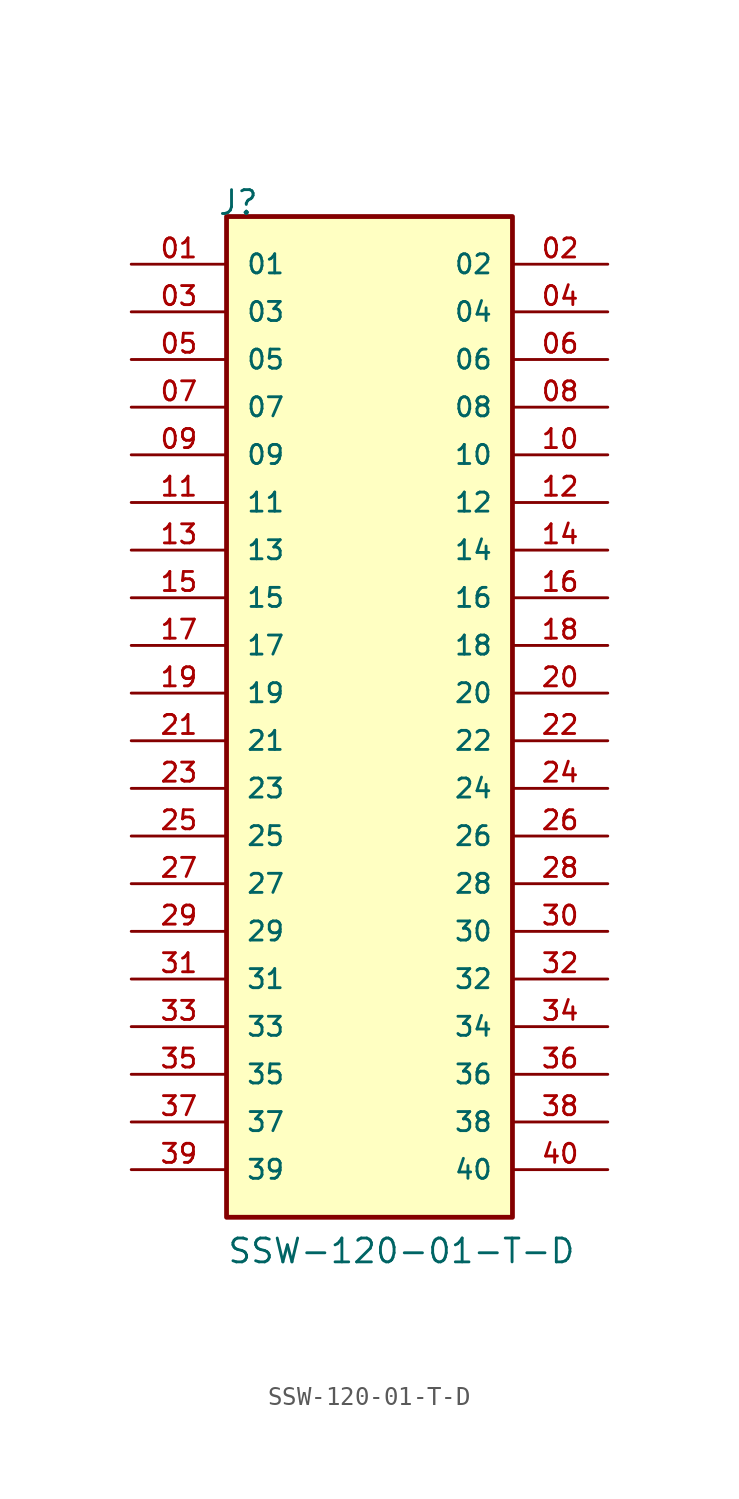
<source format=kicad_sym>
(kicad_symbol_lib
  (version 20211014)
  (generator kicad_symbol_editor)
  (symbol "SSW-120-01-T-D"
    (pin_names
      (offset 1.016))
    (property "Reference" "J"
      (at -8.12 27.94 0)
      (effects (font (size 1.27 1.27)) (justify bottom left)))
    (property "Value" "SSW-120-01-T-D"
      (at -7.62 -27.94 0)
      (effects (font (size 1.27 1.27)) (justify bottom left)))
    (symbol "SSW-120-01-T-D_0_0"
      (rectangle (start -7.62 -25.4) (end 7.62 27.94) (stroke (width 0.254)) (fill (type background)))
      (pin passive line (at -12.7 25.4 0) (length 5.08) (name "01" (effects (font (size 1.016 1.016)))) (number "01" (effects (font (size 1.016 1.016)))))
      (pin passive line (at 12.7 25.4 180.0) (length 5.08) (name "02" (effects (font (size 1.016 1.016)))) (number "02" (effects (font (size 1.016 1.016)))))
      (pin passive line (at -12.7 22.86 0) (length 5.08) (name "03" (effects (font (size 1.016 1.016)))) (number "03" (effects (font (size 1.016 1.016)))))
      (pin passive line (at 12.7 22.86 180.0) (length 5.08) (name "04" (effects (font (size 1.016 1.016)))) (number "04" (effects (font (size 1.016 1.016)))))
      (pin passive line (at -12.7 20.32 0) (length 5.08) (name "05" (effects (font (size 1.016 1.016)))) (number "05" (effects (font (size 1.016 1.016)))))
      (pin passive line (at 12.7 20.32 180.0) (length 5.08) (name "06" (effects (font (size 1.016 1.016)))) (number "06" (effects (font (size 1.016 1.016)))))
      (pin passive line (at -12.7 17.78 0) (length 5.08) (name "07" (effects (font (size 1.016 1.016)))) (number "07" (effects (font (size 1.016 1.016)))))
      (pin passive line (at 12.7 17.78 180.0) (length 5.08) (name "08" (effects (font (size 1.016 1.016)))) (number "08" (effects (font (size 1.016 1.016)))))
      (pin passive line (at -12.7 15.24 0) (length 5.08) (name "09" (effects (font (size 1.016 1.016)))) (number "09" (effects (font (size 1.016 1.016)))))
      (pin passive line (at 12.7 15.24 180.0) (length 5.08) (name "10" (effects (font (size 1.016 1.016)))) (number "10" (effects (font (size 1.016 1.016)))))
      (pin passive line (at -12.7 12.7 0) (length 5.08) (name "11" (effects (font (size 1.016 1.016)))) (number "11" (effects (font (size 1.016 1.016)))))
      (pin passive line (at 12.7 12.7 180.0) (length 5.08) (name "12" (effects (font (size 1.016 1.016)))) (number "12" (effects (font (size 1.016 1.016)))))
      (pin passive line (at -12.7 10.16 0) (length 5.08) (name "13" (effects (font (size 1.016 1.016)))) (number "13" (effects (font (size 1.016 1.016)))))
      (pin passive line (at 12.7 10.16 180.0) (length 5.08) (name "14" (effects (font (size 1.016 1.016)))) (number "14" (effects (font (size 1.016 1.016)))))
      (pin passive line (at -12.7 7.62 0) (length 5.08) (name "15" (effects (font (size 1.016 1.016)))) (number "15" (effects (font (size 1.016 1.016)))))
      (pin passive line (at 12.7 7.62 180.0) (length 5.08) (name "16" (effects (font (size 1.016 1.016)))) (number "16" (effects (font (size 1.016 1.016)))))
      (pin passive line (at -12.7 5.08 0) (length 5.08) (name "17" (effects (font (size 1.016 1.016)))) (number "17" (effects (font (size 1.016 1.016)))))
      (pin passive line (at 12.7 5.08 180.0) (length 5.08) (name "18" (effects (font (size 1.016 1.016)))) (number "18" (effects (font (size 1.016 1.016)))))
      (pin passive line (at -12.7 2.54 0) (length 5.08) (name "19" (effects (font (size 1.016 1.016)))) (number "19" (effects (font (size 1.016 1.016)))))
      (pin passive line (at 12.7 2.54 180.0) (length 5.08) (name "20" (effects (font (size 1.016 1.016)))) (number "20" (effects (font (size 1.016 1.016)))))
      (pin passive line (at -12.7 0.0 0) (length 5.08) (name "21" (effects (font (size 1.016 1.016)))) (number "21" (effects (font (size 1.016 1.016)))))
      (pin passive line (at 12.7 0.0 180.0) (length 5.08) (name "22" (effects (font (size 1.016 1.016)))) (number "22" (effects (font (size 1.016 1.016)))))
      (pin passive line (at -12.7 -2.54 0) (length 5.08) (name "23" (effects (font (size 1.016 1.016)))) (number "23" (effects (font (size 1.016 1.016)))))
      (pin passive line (at 12.7 -2.54 180.0) (length 5.08) (name "24" (effects (font (size 1.016 1.016)))) (number "24" (effects (font (size 1.016 1.016)))))
      (pin passive line (at -12.7 -5.08 0) (length 5.08) (name "25" (effects (font (size 1.016 1.016)))) (number "25" (effects (font (size 1.016 1.016)))))
      (pin passive line (at 12.7 -5.08 180.0) (length 5.08) (name "26" (effects (font (size 1.016 1.016)))) (number "26" (effects (font (size 1.016 1.016)))))
      (pin passive line (at -12.7 -7.62 0) (length 5.08) (name "27" (effects (font (size 1.016 1.016)))) (number "27" (effects (font (size 1.016 1.016)))))
      (pin passive line (at 12.7 -7.62 180.0) (length 5.08) (name "28" (effects (font (size 1.016 1.016)))) (number "28" (effects (font (size 1.016 1.016)))))
      (pin passive line (at -12.7 -10.16 0) (length 5.08) (name "29" (effects (font (size 1.016 1.016)))) (number "29" (effects (font (size 1.016 1.016)))))
      (pin passive line (at 12.7 -10.16 180.0) (length 5.08) (name "30" (effects (font (size 1.016 1.016)))) (number "30" (effects (font (size 1.016 1.016)))))
      (pin passive line (at -12.7 -12.7 0) (length 5.08) (name "31" (effects (font (size 1.016 1.016)))) (number "31" (effects (font (size 1.016 1.016)))))
      (pin passive line (at 12.7 -12.7 180.0) (length 5.08) (name "32" (effects (font (size 1.016 1.016)))) (number "32" (effects (font (size 1.016 1.016)))))
      (pin passive line (at -12.7 -15.24 0) (length 5.08) (name "33" (effects (font (size 1.016 1.016)))) (number "33" (effects (font (size 1.016 1.016)))))
      (pin passive line (at 12.7 -15.24 180.0) (length 5.08) (name "34" (effects (font (size 1.016 1.016)))) (number "34" (effects (font (size 1.016 1.016)))))
      (pin passive line (at -12.7 -17.78 0) (length 5.08) (name "35" (effects (font (size 1.016 1.016)))) (number "35" (effects (font (size 1.016 1.016)))))
      (pin passive line (at 12.7 -17.78 180.0) (length 5.08) (name "36" (effects (font (size 1.016 1.016)))) (number "36" (effects (font (size 1.016 1.016)))))
      (pin passive line (at -12.7 -20.32 0) (length 5.08) (name "37" (effects (font (size 1.016 1.016)))) (number "37" (effects (font (size 1.016 1.016)))))
      (pin passive line (at 12.7 -20.32 180.0) (length 5.08) (name "38" (effects (font (size 1.016 1.016)))) (number "38" (effects (font (size 1.016 1.016)))))
      (pin passive line (at -12.7 -22.86 0) (length 5.08) (name "39" (effects (font (size 1.016 1.016)))) (number "39" (effects (font (size 1.016 1.016)))))
      (pin passive line (at 12.7 -22.86 180.0) (length 5.08) (name "40" (effects (font (size 1.016 1.016)))) (number "40" (effects (font (size 1.016 1.016))))))))
</source>
